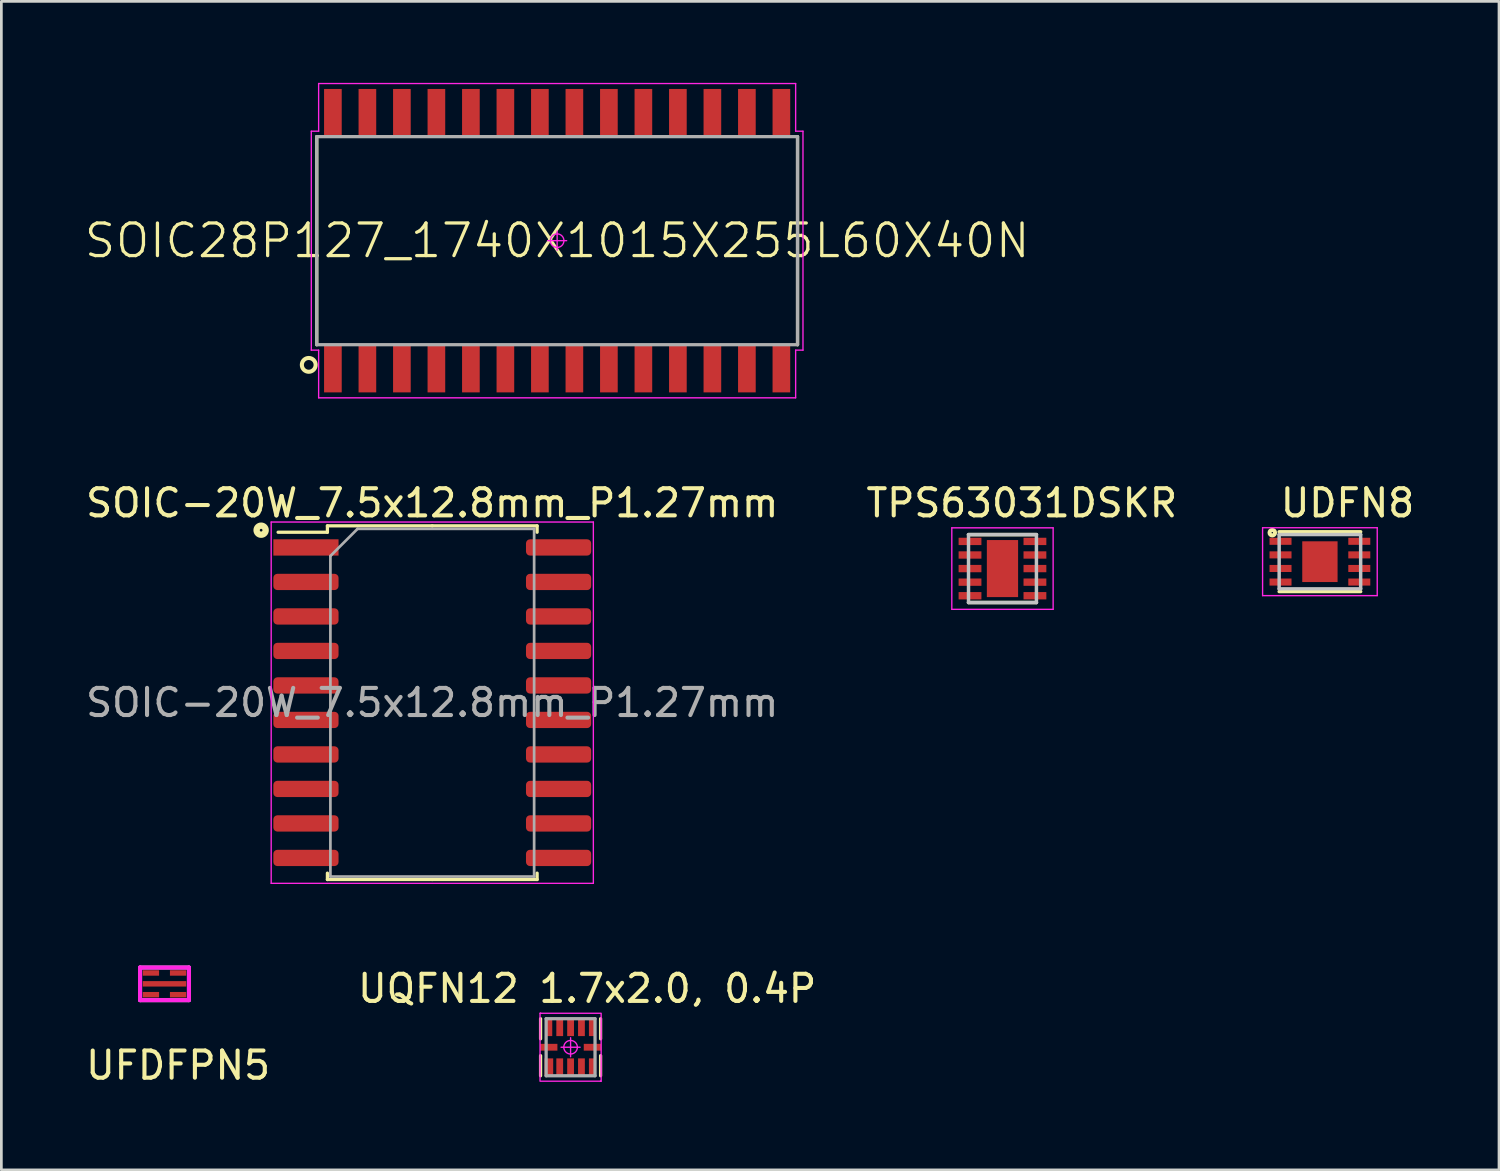
<source format=kicad_pcb>
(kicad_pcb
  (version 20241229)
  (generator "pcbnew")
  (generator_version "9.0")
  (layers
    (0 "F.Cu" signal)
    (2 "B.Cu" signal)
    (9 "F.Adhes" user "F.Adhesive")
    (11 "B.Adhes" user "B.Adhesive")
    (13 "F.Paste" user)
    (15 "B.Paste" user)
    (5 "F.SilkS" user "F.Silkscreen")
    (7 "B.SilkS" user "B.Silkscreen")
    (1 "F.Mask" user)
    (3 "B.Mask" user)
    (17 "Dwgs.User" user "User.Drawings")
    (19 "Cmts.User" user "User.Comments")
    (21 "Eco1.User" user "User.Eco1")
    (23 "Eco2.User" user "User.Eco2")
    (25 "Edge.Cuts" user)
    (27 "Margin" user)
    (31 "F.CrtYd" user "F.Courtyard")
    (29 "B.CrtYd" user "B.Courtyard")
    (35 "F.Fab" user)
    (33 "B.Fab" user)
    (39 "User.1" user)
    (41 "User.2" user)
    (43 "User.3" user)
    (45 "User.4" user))
  (footprint "UQFN12 1.7x2.0, 0.4P"
    (layer "F.Cu")
    (at 17.955 35.502)
    (property "Reference" "UQFN12 1.7x2.0, 0.4P" (at 0.61 -2.16 0) (layer "F.SilkS") (effects (font (size 1 1) (thickness 0.15))))
    (attr smd)
    (fp_line (start -1.105 -1.05) (end -1.105 -0.31) (stroke (width 0.12) (type solid)) (layer "F.SilkS"))
    (fp_line (start -1.105 1.05) (end -1.105 0.31) (stroke (width 0.12) (type solid)) (layer "F.SilkS"))
    (fp_line (start 1.105 -1.05) (end 1.105 -0.31) (stroke (width 0.12) (type solid)) (layer "F.SilkS"))
    (fp_line (start 1.105 1.05) (end 1.105 0.31) (stroke (width 0.12) (type solid)) (layer "F.SilkS"))
    (fp_line (start -1.125 -1.25) (end -1.125 1.25) (stroke (width 0.05) (type solid)) (layer "F.CrtYd"))
    (fp_line (start -1.1 -1.25) (end -1.125 -1.25) (stroke (width 0.05) (type solid)) (layer "F.CrtYd"))
    (fp_line (start -1.1 -1.25) (end -1.1 -1.25) (stroke (width 0.05) (type solid)) (layer "F.CrtYd"))
    (fp_line (start -1.1 1.25) (end 1.1 1.25) (stroke (width 0.05) (type solid)) (layer "F.CrtYd"))
    (fp_line (start -0.35 0) (end 0.35 0) (stroke (width 0.05) (type solid)) (layer "F.CrtYd"))
    (fp_line (start 0 -0.35) (end 0 0.35) (stroke (width 0.05) (type solid)) (layer "F.CrtYd"))
    (fp_line (start 1.1 -1.25) (end -1.1 -1.25) (stroke (width 0.05) (type solid)) (layer "F.CrtYd"))
    (fp_line (start 1.1 1.25) (end 1.1 1.25) (stroke (width 0.05) (type solid)) (layer "F.CrtYd"))
    (fp_line (start 1.1 1.25) (end 1.125 1.25) (stroke (width 0.05) (type solid)) (layer "F.CrtYd"))
    (fp_line (start 1.125 1.25) (end 1.125 -1.25) (stroke (width 0.05) (type solid)) (layer "F.CrtYd"))
    (fp_circle (center 0 0) (end 0 0.25) (stroke (width 0.05) (type solid)) (fill no) (layer "F.CrtYd"))
    (fp_line (start -0.9 -1.05) (end 0.9 -1.05) (stroke (width 0.12) (type solid)) (layer "F.Fab"))
    (fp_line (start -0.9 1.05) (end -0.9 -1.05) (stroke (width 0.12) (type solid)) (layer "F.Fab"))
    (fp_line (start 0.9 -1.05) (end 0.9 1.05) (stroke (width 0.12) (type solid)) (layer "F.Fab"))
    (fp_line (start 0.9 1.05) (end -0.9 1.05) (stroke (width 0.12) (type solid)) (layer "F.Fab"))
    (pad "1" smd rect (at -0.8 0.73 90) (size 0.64 0.32) (layers "F.Cu" "F.Mask" "F.Paste"))
    (pad "2" smd rect (at -0.4 0.73 90) (size 0.64 0.25) (layers "F.Cu" "F.Mask" "F.Paste"))
    (pad "3" smd rect (at 0 0.73 90) (size 0.64 0.25) (layers "F.Cu" "F.Mask" "F.Paste"))
    (pad "4" smd rect (at 0.4 0.73 90) (size 0.64 0.25) (layers "F.Cu" "F.Mask" "F.Paste"))
    (pad "5" smd rect (at 0.8 0.73 90) (size 0.64 0.25) (layers "F.Cu" "F.Mask" "F.Paste"))
    (pad "6" smd rect (at 0.805 0) (size 0.64 0.25) (layers "F.Cu" "F.Mask" "F.Paste"))
    (pad "7" smd rect (at 0.8 -0.73 90) (size 0.64 0.25) (layers "F.Cu" "F.Mask" "F.Paste"))
    (pad "8" smd rect (at 0.4 -0.73 90) (size 0.64 0.25) (layers "F.Cu" "F.Mask" "F.Paste"))
    (pad "9" smd rect (at 0 -0.73 90) (size 0.64 0.25) (layers "F.Cu" "F.Mask" "F.Paste"))
    (pad "10" smd rect (at -0.4 -0.73 90) (size 0.64 0.25) (layers "F.Cu" "F.Mask" "F.Paste"))
    (pad "11" smd rect (at -0.8 -0.73 90) (size 0.64 0.25) (layers "F.Cu" "F.Mask" "F.Paste"))
    (pad "12" smd rect (at -0.805 0) (size 0.64 0.25) (layers "F.Cu" "F.Mask" "F.Paste")))
  (footprint "SOIC28P127_1740X1015X255L60X40N"
    (layer "F.Cu")
    (at 17.46 5.81)
    (property "Reference" "SOIC28P127_1740X1015X255L60X40N" (at 0 0 0) (layer "F.SilkS") (effects (font (size 1.2 1.2) (thickness 0.12))))
    (attr smd)
    (fp_line (start -8.85 3.83) (end -8.85 -3.83) (stroke (width 0.12) (type solid)) (layer "F.SilkS"))
    (fp_line (start 8.85 3.83) (end 8.85 -3.83) (stroke (width 0.12) (type solid)) (layer "F.SilkS"))
    (fp_circle (center -9.144 4.572) (end -9.398 4.572) (stroke (width 0.15) (type solid)) (fill no) (layer "F.SilkS"))
    (fp_line (start -9.05 -4.03) (end -9.05 4.03) (stroke (width 0.05) (type solid)) (layer "F.CrtYd"))
    (fp_line (start -9.05 4.03) (end -8.78 4.03) (stroke (width 0.05) (type solid)) (layer "F.CrtYd"))
    (fp_line (start -8.78 -5.785) (end -8.78 -4.03) (stroke (width 0.05) (type solid)) (layer "F.CrtYd"))
    (fp_line (start -8.78 -4.03) (end -9.05 -4.03) (stroke (width 0.05) (type solid)) (layer "F.CrtYd"))
    (fp_line (start -8.78 4.03) (end -8.78 5.785) (stroke (width 0.05) (type solid)) (layer "F.CrtYd"))
    (fp_line (start -8.78 5.785) (end 8.78 5.785) (stroke (width 0.05) (type solid)) (layer "F.CrtYd"))
    (fp_line (start -0.35 0) (end 0.35 0) (stroke (width 0.05) (type solid)) (layer "F.CrtYd"))
    (fp_line (start 0 -0.35) (end 0 0.35) (stroke (width 0.05) (type solid)) (layer "F.CrtYd"))
    (fp_line (start 8.78 -5.785) (end -8.78 -5.785) (stroke (width 0.05) (type solid)) (layer "F.CrtYd"))
    (fp_line (start 8.78 -4.03) (end 8.78 -5.785) (stroke (width 0.05) (type solid)) (layer "F.CrtYd"))
    (fp_line (start 8.78 4.03) (end 9.05 4.03) (stroke (width 0.05) (type solid)) (layer "F.CrtYd"))
    (fp_line (start 8.78 5.785) (end 8.78 4.03) (stroke (width 0.05) (type solid)) (layer "F.CrtYd"))
    (fp_line (start 9.05 -4.03) (end 8.78 -4.03) (stroke (width 0.05) (type solid)) (layer "F.CrtYd"))
    (fp_line (start 9.05 4.03) (end 9.05 -4.03) (stroke (width 0.05) (type solid)) (layer "F.CrtYd"))
    (fp_circle (center 0 0) (end 0 0.25) (stroke (width 0.05) (type solid)) (fill no) (layer "F.CrtYd"))
    (fp_line (start -8.85 -3.83) (end 8.85 -3.83) (stroke (width 0.12) (type solid)) (layer "F.Fab"))
    (fp_line (start -8.85 3.83) (end -8.85 -3.83) (stroke (width 0.12) (type solid)) (layer "F.Fab"))
    (fp_line (start 8.85 -3.83) (end 8.85 3.83) (stroke (width 0.12) (type solid)) (layer "F.Fab"))
    (fp_line (start 8.85 3.83) (end -8.85 3.83) (stroke (width 0.12) (type solid)) (layer "F.Fab"))
    (pad "1" smd rect (at -8.255 4.7 90) (size 1.77 0.65) (layers "F.Cu" "F.Mask" "F.Paste"))
    (pad "2" smd rect (at -6.985 4.7 90) (size 1.77 0.65) (layers "F.Cu" "F.Mask" "F.Paste"))
    (pad "3" smd rect (at -5.715 4.7 90) (size 1.77 0.65) (layers "F.Cu" "F.Mask" "F.Paste"))
    (pad "4" smd rect (at -4.445 4.7 90) (size 1.77 0.65) (layers "F.Cu" "F.Mask" "F.Paste"))
    (pad "5" smd rect (at -3.175 4.7 90) (size 1.77 0.65) (layers "F.Cu" "F.Mask" "F.Paste"))
    (pad "6" smd rect (at -1.905 4.7 90) (size 1.77 0.65) (layers "F.Cu" "F.Mask" "F.Paste"))
    (pad "7" smd rect (at -0.635 4.7 90) (size 1.77 0.65) (layers "F.Cu" "F.Mask" "F.Paste"))
    (pad "8" smd rect (at 0.635 4.7 90) (size 1.77 0.65) (layers "F.Cu" "F.Mask" "F.Paste"))
    (pad "9" smd rect (at 1.905 4.7 90) (size 1.77 0.65) (layers "F.Cu" "F.Mask" "F.Paste"))
    (pad "10" smd rect (at 3.175 4.7 90) (size 1.77 0.65) (layers "F.Cu" "F.Mask" "F.Paste"))
    (pad "11" smd rect (at 4.445 4.7 90) (size 1.77 0.65) (layers "F.Cu" "F.Mask" "F.Paste"))
    (pad "12" smd rect (at 5.715 4.7 90) (size 1.77 0.65) (layers "F.Cu" "F.Mask" "F.Paste"))
    (pad "13" smd rect (at 6.985 4.7 90) (size 1.77 0.65) (layers "F.Cu" "F.Mask" "F.Paste"))
    (pad "14" smd rect (at 8.255 4.7 90) (size 1.77 0.65) (layers "F.Cu" "F.Mask" "F.Paste"))
    (pad "15" smd rect (at 8.255 -4.7 90) (size 1.77 0.65) (layers "F.Cu" "F.Mask" "F.Paste"))
    (pad "16" smd rect (at 6.985 -4.7 90) (size 1.77 0.65) (layers "F.Cu" "F.Mask" "F.Paste"))
    (pad "17" smd rect (at 5.715 -4.7 90) (size 1.77 0.65) (layers "F.Cu" "F.Mask" "F.Paste"))
    (pad "18" smd rect (at 4.445 -4.7 90) (size 1.77 0.65) (layers "F.Cu" "F.Mask" "F.Paste"))
    (pad "19" smd rect (at 3.175 -4.7 90) (size 1.77 0.65) (layers "F.Cu" "F.Mask" "F.Paste"))
    (pad "20" smd rect (at 1.905 -4.7 90) (size 1.77 0.65) (layers "F.Cu" "F.Mask" "F.Paste"))
    (pad "21" smd rect (at 0.635 -4.7 90) (size 1.77 0.65) (layers "F.Cu" "F.Mask" "F.Paste"))
    (pad "22" smd rect (at -0.635 -4.7 90) (size 1.77 0.65) (layers "F.Cu" "F.Mask" "F.Paste"))
    (pad "23" smd rect (at -1.905 -4.7 90) (size 1.77 0.65) (layers "F.Cu" "F.Mask" "F.Paste"))
    (pad "24" smd rect (at -3.175 -4.7 90) (size 1.77 0.65) (layers "F.Cu" "F.Mask" "F.Paste"))
    (pad "25" smd rect (at -4.445 -4.7 90) (size 1.77 0.65) (layers "F.Cu" "F.Mask" "F.Paste"))
    (pad "26" smd rect (at -5.715 -4.7 90) (size 1.77 0.65) (layers "F.Cu" "F.Mask" "F.Paste"))
    (pad "27" smd rect (at -6.985 -4.7 90) (size 1.77 0.65) (layers "F.Cu" "F.Mask" "F.Paste"))
    (pad "28" smd rect (at -8.255 -4.7 90) (size 1.77 0.65) (layers "F.Cu" "F.Mask" "F.Paste")))
  (footprint "TPS63031DSKR"
    (layer "F.Cu")
    (at 33.854 17.881)
    (property "Reference" "TPS63031DSKR" (at 0.711 -2.413 0) (layer "F.SilkS") (effects (font (size 1 1) (thickness 0.15))))
    (attr smd)
    (fp_line (start -1.25 -1.25) (end 1.25 -1.25) (stroke (width 0.127) (type solid)) (layer "F.SilkS"))
    (fp_line (start -1.25 1.25) (end 1.25 1.25) (stroke (width 0.127) (type solid)) (layer "F.SilkS"))
    (fp_poly (pts (xy -0.297 -0.525) (xy 0.288 -0.525) (xy 0.288 0.541) (xy -0.297 0.541)) (stroke (width 0) (type solid)) (fill yes) (layer "F.Paste"))
    (fp_line (start -1.25 -1.25) (end -1.25 1.25) (stroke (width 0.127) (type solid)) (layer "Dwgs.User"))
    (fp_line (start -1.25 -1.25) (end 1.25 -1.25) (stroke (width 0.127) (type solid)) (layer "Dwgs.User"))
    (fp_line (start -1.25 1.25) (end 1.25 1.25) (stroke (width 0.127) (type solid)) (layer "Dwgs.User"))
    (fp_line (start 1.25 -1.25) (end 1.25 1.25) (stroke (width 0.127) (type solid)) (layer "Dwgs.User"))
    (fp_line (start -1.865 -1.5) (end -1.865 1.5) (stroke (width 0.05) (type solid)) (layer "F.CrtYd"))
    (fp_line (start -1.865 -1.5) (end 1.865 -1.5) (stroke (width 0.05) (type solid)) (layer "F.CrtYd"))
    (fp_line (start -1.865 1.5) (end 1.865 1.5) (stroke (width 0.05) (type solid)) (layer "F.CrtYd"))
    (fp_line (start 1.865 -1.5) (end 1.865 1.5) (stroke (width 0.05) (type solid)) (layer "F.CrtYd"))
    (pad "1" smd rect (at -1.195 -1) (size 0.84 0.27) (layers "F.Cu" "F.Mask" "F.Paste"))
    (pad "2" smd rect (at -1.195 -0.5) (size 0.84 0.27) (layers "F.Cu" "F.Mask" "F.Paste"))
    (pad "3" smd rect (at -1.195 0) (size 0.84 0.27) (layers "F.Cu" "F.Mask" "F.Paste"))
    (pad "4" smd rect (at -1.195 0.5) (size 0.84 0.27) (layers "F.Cu" "F.Mask" "F.Paste"))
    (pad "5" smd rect (at -1.195 1) (size 0.84 0.27) (layers "F.Cu" "F.Mask" "F.Paste"))
    (pad "6" smd rect (at 1.195 1) (size 0.84 0.27) (layers "F.Cu" "F.Mask" "F.Paste"))
    (pad "7" smd rect (at 1.195 0.5) (size 0.84 0.27) (layers "F.Cu" "F.Mask" "F.Paste"))
    (pad "8" smd rect (at 1.195 0) (size 0.84 0.27) (layers "F.Cu" "F.Mask" "F.Paste"))
    (pad "9" smd rect (at 1.195 -0.5) (size 0.84 0.27) (layers "F.Cu" "F.Mask" "F.Paste"))
    (pad "10" smd rect (at 1.195 -1) (size 0.84 0.27) (layers "F.Cu" "F.Mask" "F.Paste"))
    (pad "11" smd rect (at 0 0) (size 1.15 2.1) (layers "F.Cu" "F.Mask" "F.Paste")))
  (footprint "SOIC-20W_7.5x12.8mm_P1.27mm"
    (layer "F.Cu")
    (at 12.863 22.818)
    (property "Reference" "SOIC-20W_7.5x12.8mm_P1.27mm" (at 0 -7.35 0) (layer "F.SilkS") (effects (font (size 1 1) (thickness 0.15))))
    (attr smd)
    (fp_line (start -3.86 -6.51) (end -3.86 -6.275) (stroke (width 0.12) (type solid)) (layer "F.SilkS"))
    (fp_line (start -3.86 -6.275) (end -5.675 -6.275) (stroke (width 0.12) (type solid)) (layer "F.SilkS"))
    (fp_line (start -3.86 6.51) (end -3.86 6.275) (stroke (width 0.12) (type solid)) (layer "F.SilkS"))
    (fp_line (start 0 -6.51) (end -3.86 -6.51) (stroke (width 0.12) (type solid)) (layer "F.SilkS"))
    (fp_line (start 0 -6.51) (end 3.86 -6.51) (stroke (width 0.12) (type solid)) (layer "F.SilkS"))
    (fp_line (start 0 6.51) (end -3.86 6.51) (stroke (width 0.12) (type solid)) (layer "F.SilkS"))
    (fp_line (start 0 6.51) (end 3.86 6.51) (stroke (width 0.12) (type solid)) (layer "F.SilkS"))
    (fp_line (start 3.86 -6.51) (end 3.86 -6.275) (stroke (width 0.12) (type solid)) (layer "F.SilkS"))
    (fp_line (start 3.86 6.51) (end 3.86 6.275) (stroke (width 0.12) (type solid)) (layer "F.SilkS"))
    (fp_circle (center -6.3 -6.35) (end -6.3 -6.4) (stroke (width 0.12) (type solid)) (fill no) (layer "F.SilkS"))
    (fp_circle (center -6.3 -6.35) (end -6.2 -6.15) (stroke (width 0.12) (type solid)) (fill no) (layer "F.SilkS"))
    (fp_circle (center -6.3 -6.35) (end -6.15 -6.35) (stroke (width 0.12) (type solid)) (fill no) (layer "F.SilkS"))
    (fp_line (start -5.93 -6.65) (end -5.93 6.65) (stroke (width 0.05) (type solid)) (layer "F.CrtYd"))
    (fp_line (start -5.93 6.65) (end 5.93 6.65) (stroke (width 0.05) (type solid)) (layer "F.CrtYd"))
    (fp_line (start 5.93 -6.65) (end -5.93 -6.65) (stroke (width 0.05) (type solid)) (layer "F.CrtYd"))
    (fp_line (start 5.93 6.65) (end 5.93 -6.65) (stroke (width 0.05) (type solid)) (layer "F.CrtYd"))
    (fp_line (start -3.75 -5.4) (end -2.75 -6.4) (stroke (width 0.1) (type solid)) (layer "F.Fab"))
    (fp_line (start -3.75 6.4) (end -3.75 -5.4) (stroke (width 0.1) (type solid)) (layer "F.Fab"))
    (fp_line (start -2.75 -6.4) (end 3.75 -6.4) (stroke (width 0.1) (type solid)) (layer "F.Fab"))
    (fp_line (start 3.75 -6.4) (end 3.75 6.4) (stroke (width 0.1) (type solid)) (layer "F.Fab"))
    (fp_line (start 3.75 6.4) (end -3.75 6.4) (stroke (width 0.1) (type solid)) (layer "F.Fab"))
    (fp_text user "${REFERENCE}" (at 0 0 0) (layer "F.Fab") (effects (font (size 1 1) (thickness 0.15))))
    (pad "1" smd rect (at -4.65 -5.715) (size 2.4 0.6) (layers "F.Cu" "F.Mask" "F.Paste"))
    (pad "2" smd roundrect (at -4.65 -4.445) (size 2.4 0.6) (layers "F.Cu" "F.Mask" "F.Paste") (roundrect_rratio 0.25))
    (pad "3" smd roundrect (at -4.65 -3.175) (size 2.4 0.6) (layers "F.Cu" "F.Mask" "F.Paste") (roundrect_rratio 0.25))
    (pad "4" smd roundrect (at -4.65 -1.905) (size 2.4 0.6) (layers "F.Cu" "F.Mask" "F.Paste") (roundrect_rratio 0.25))
    (pad "5" smd roundrect (at -4.65 -0.635) (size 2.4 0.6) (layers "F.Cu" "F.Mask" "F.Paste") (roundrect_rratio 0.25))
    (pad "6" smd roundrect (at -4.65 0.635) (size 2.4 0.6) (layers "F.Cu" "F.Mask" "F.Paste") (roundrect_rratio 0.25))
    (pad "7" smd roundrect (at -4.65 1.905) (size 2.4 0.6) (layers "F.Cu" "F.Mask" "F.Paste") (roundrect_rratio 0.25))
    (pad "8" smd roundrect (at -4.65 3.175) (size 2.4 0.6) (layers "F.Cu" "F.Mask" "F.Paste") (roundrect_rratio 0.25))
    (pad "9" smd roundrect (at -4.65 4.445) (size 2.4 0.6) (layers "F.Cu" "F.Mask" "F.Paste") (roundrect_rratio 0.25))
    (pad "10" smd roundrect (at -4.65 5.715) (size 2.4 0.6) (layers "F.Cu" "F.Mask" "F.Paste") (roundrect_rratio 0.25))
    (pad "11" smd roundrect (at 4.65 5.715) (size 2.4 0.6) (layers "F.Cu" "F.Mask" "F.Paste") (roundrect_rratio 0.25))
    (pad "12" smd roundrect (at 4.65 4.445) (size 2.4 0.6) (layers "F.Cu" "F.Mask" "F.Paste") (roundrect_rratio 0.25))
    (pad "13" smd roundrect (at 4.65 3.175) (size 2.4 0.6) (layers "F.Cu" "F.Mask" "F.Paste") (roundrect_rratio 0.25))
    (pad "14" smd roundrect (at 4.65 1.905) (size 2.4 0.6) (layers "F.Cu" "F.Mask" "F.Paste") (roundrect_rratio 0.25))
    (pad "15" smd roundrect (at 4.65 0.635) (size 2.4 0.6) (layers "F.Cu" "F.Mask" "F.Paste") (roundrect_rratio 0.25))
    (pad "16" smd roundrect (at 4.65 -0.635) (size 2.4 0.6) (layers "F.Cu" "F.Mask" "F.Paste") (roundrect_rratio 0.25))
    (pad "17" smd roundrect (at 4.65 -1.905) (size 2.4 0.6) (layers "F.Cu" "F.Mask" "F.Paste") (roundrect_rratio 0.25))
    (pad "18" smd roundrect (at 4.65 -3.175) (size 2.4 0.6) (layers "F.Cu" "F.Mask" "F.Paste") (roundrect_rratio 0.25))
    (pad "19" smd roundrect (at 4.65 -4.445) (size 2.4 0.6) (layers "F.Cu" "F.Mask" "F.Paste") (roundrect_rratio 0.25))
    (pad "20" smd roundrect (at 4.65 -5.715) (size 2.4 0.6) (layers "F.Cu" "F.Mask" "F.Paste") (roundrect_rratio 0.25)))
  (footprint "UFDFPN5"
    (layer "F.Cu")
    (at 2.506 32.768)
    (property "Reference" "UFDFPN5" (at 1 3.4 0) (layer "F.SilkS") (effects (font (size 1 1) (thickness 0.15))))
    (attr through_hole)
    (fp_line (start -0.4 -0.2) (end -0.4 1) (stroke (width 0.15) (type solid)) (layer "F.CrtYd"))
    (fp_line (start -0.4 1) (end 1.4 1) (stroke (width 0.15) (type solid)) (layer "F.CrtYd"))
    (fp_line (start 1.4 -0.2) (end -0.4 -0.2) (stroke (width 0.15) (type solid)) (layer "F.CrtYd"))
    (fp_line (start 1.4 1) (end 1.4 -0.2) (stroke (width 0.15) (type solid)) (layer "F.CrtYd"))
    (fp_line (start -0.4 -0.2) (end -0.4 1) (stroke (width 0.15) (type solid)) (layer "F.Fab"))
    (fp_line (start -0.4 1) (end 1.4 1) (stroke (width 0.15) (type solid)) (layer "F.Fab"))
    (fp_line (start 1.4 -0.2) (end -0.4 -0.2) (stroke (width 0.15) (type solid)) (layer "F.Fab"))
    (fp_line (start 1.4 1) (end 1.4 -0.2) (stroke (width 0.15) (type solid)) (layer "F.Fab"))
    (pad "1" smd rect (at 0 0) (size 0.6 0.2) (layers "F.Cu" "F.Mask" "F.Paste"))
    (pad "2" smd rect (at 0.5 0.4) (size 1.6 0.2) (layers "F.Cu" "F.Mask" "F.Paste"))
    (pad "3" smd rect (at 0 0.8) (size 0.6 0.2) (layers "F.Cu" "F.Mask" "F.Paste"))
    (pad "4" smd rect (at 1 0.8) (size 0.6 0.2) (layers "F.Cu" "F.Mask" "F.Paste"))
    (pad "5" smd rect (at 1 0) (size 0.6 0.2) (layers "F.Cu" "F.Mask" "F.Paste")))
  (footprint "UDFN8"
    (layer "F.Cu")
    (at 45.54 17.627)
    (property "Reference" "UDFN8" (at 1.016 -2.159 0) (layer "F.SilkS") (effects (font (size 1 1) (thickness 0.15))))
    (attr smd)
    (fp_line (start -1.5 -1.1) (end 1.5 -1.1) (stroke (width 0.127) (type solid)) (layer "F.SilkS"))
    (fp_line (start 1.5 1.1) (end -1.5 1.1) (stroke (width 0.127) (type solid)) (layer "F.SilkS"))
    (fp_circle (center -1.753 -1.067) (end -1.753 -1.041) (stroke (width 0.15) (type solid)) (fill no) (layer "F.SilkS"))
    (fp_poly (pts (xy 0.445 -0.65) (xy 0.445 -0.1) (xy -0.445 -0.1) (xy -0.445 -0.65)) (stroke (width 0) (type solid)) (fill yes) (layer "F.Paste"))
    (fp_poly (pts (xy 0.445 0.1) (xy 0.445 0.65) (xy -0.445 0.65) (xy -0.445 0.1)) (stroke (width 0) (type solid)) (fill yes) (layer "F.Paste"))
    (fp_line (start -1.5 -1) (end 1.5 -1) (stroke (width 0.127) (type solid)) (layer "Dwgs.User"))
    (fp_line (start -1.5 1) (end -1.5 -1) (stroke (width 0.127) (type solid)) (layer "Dwgs.User"))
    (fp_line (start 1.5 -1) (end 1.5 1) (stroke (width 0.127) (type solid)) (layer "Dwgs.User"))
    (fp_line (start 1.5 1) (end -1.5 1) (stroke (width 0.127) (type solid)) (layer "Dwgs.User"))
    (fp_line (start -2.11 -1.25) (end 2.11 -1.25) (stroke (width 0.05) (type solid)) (layer "F.CrtYd"))
    (fp_line (start -2.11 1.25) (end -2.11 -1.25) (stroke (width 0.05) (type solid)) (layer "F.CrtYd"))
    (fp_line (start 2.11 -1.25) (end 2.11 1.25) (stroke (width 0.05) (type solid)) (layer "F.CrtYd"))
    (fp_line (start 2.11 1.25) (end -2.11 1.25) (stroke (width 0.05) (type solid)) (layer "F.CrtYd"))
    (pad "1" smd rect (at -1.45 -0.75) (size 0.81 0.26) (layers "F.Cu" "F.Mask" "F.Paste"))
    (pad "2" smd rect (at -1.45 -0.25) (size 0.81 0.26) (layers "F.Cu" "F.Mask" "F.Paste"))
    (pad "3" smd rect (at -1.45 0.25) (size 0.81 0.26) (layers "F.Cu" "F.Mask" "F.Paste"))
    (pad "4" smd rect (at -1.45 0.75) (size 0.81 0.26) (layers "F.Cu" "F.Mask" "F.Paste"))
    (pad "5" smd rect (at 1.45 0.75) (size 0.81 0.26) (layers "F.Cu" "F.Mask" "F.Paste"))
    (pad "6" smd rect (at 1.45 0.25) (size 0.81 0.26) (layers "F.Cu" "F.Mask" "F.Paste"))
    (pad "7" smd rect (at 1.45 -0.25) (size 0.81 0.26) (layers "F.Cu" "F.Mask" "F.Paste"))
    (pad "8" smd rect (at 1.45 -0.75) (size 0.81 0.26) (layers "F.Cu" "F.Mask" "F.Paste"))
    (pad "9" smd rect (at 0 0) (size 1.3 1.5) (layers "F.Cu" "F.Mask" "F.Paste")))
  (gr_rect
    (start -3 -3)
    (end 52.133 40.017)
    (stroke (width 0.1) (type default))
    (fill no)
    (layer "Edge.Cuts")))
</source>
